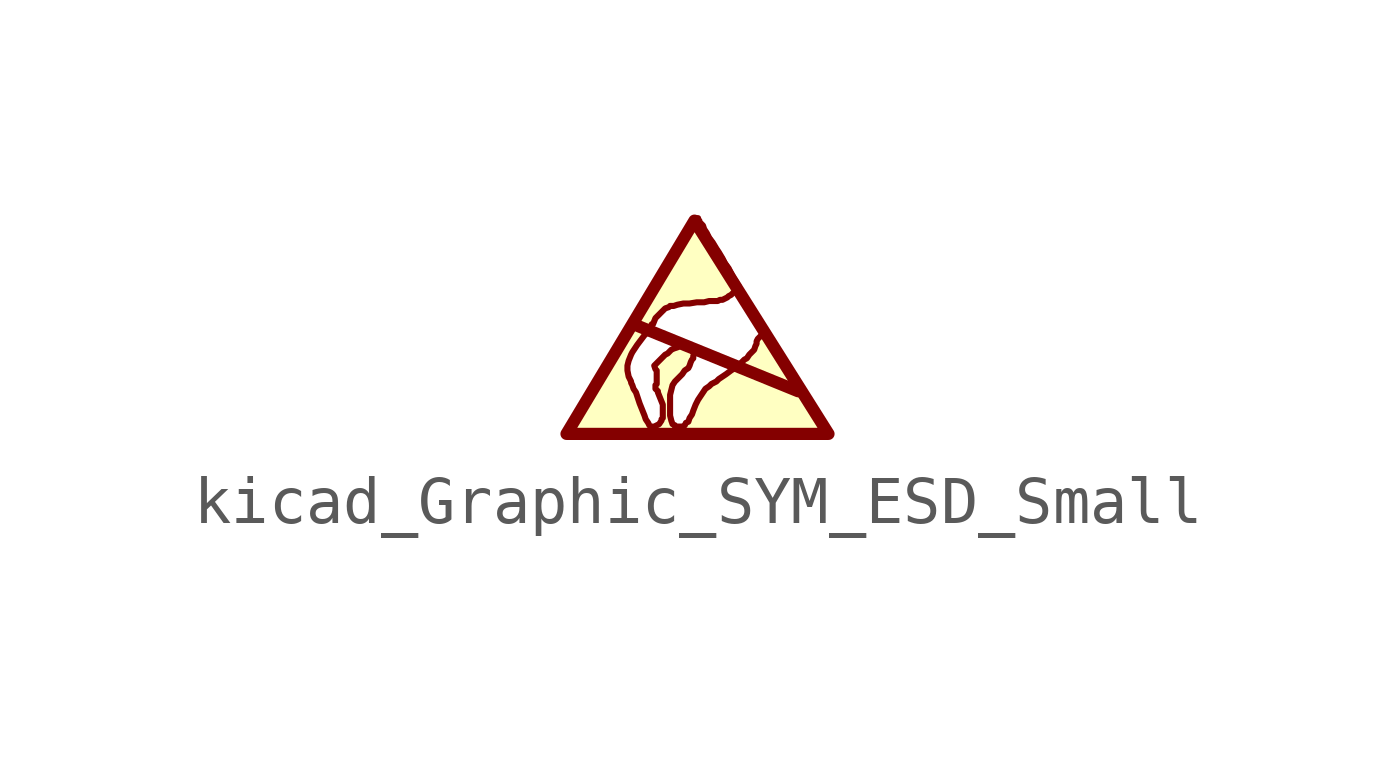
<source format=kicad_sym>
(kicad_symbol_lib
  (version 20220914)
  (generator kicad_symbol_editor)
  (symbol "kicad_Graphic_SYM_ESD_Small"
    (property "Reference" "#SYM"
      (at 0 3.556 0)
      (effects (font (size 1.27 1.27)) hide))
    (symbol "kicad_Graphic_SYM_ESD_Small_0_0"
      (polyline (pts (xy -1.27 0.381) (xy 2.159 -1.016)) (stroke (width 0.254) (type default)) (fill (type none)))
      (polyline (pts (xy -2.667 -1.905) (xy 2.794 -1.905) (xy 0 2.54) (xy -2.667 -1.905)) (stroke (width 0.254) (type default)) (fill (type none)))
      (polyline (pts (xy 2.743 -1.905) (xy 2.718 -1.88) (xy 2.616 -1.676) (xy 2.565 -1.6) (xy 2.489 -1.499) (xy 2.438 -1.372) (xy 1.753 -0.229) (xy 1.702 -0.127) (xy 1.626 -0.051) (xy 1.6 0.051) (xy 1.549 0.102) (xy 1.499 0.203) (xy 1.473 0.229) (xy 1.473 0.203) (xy 1.448 0.203) (xy 1.321 0.076) (xy 1.295 0.025) (xy 1.295 -0.025) (xy 1.27 -0.076) (xy 1.245 -0.152) (xy 1.143 -0.254) (xy 1.092 -0.33) (xy 1.041 -0.356) (xy 0.914 -0.483) (xy 0.762 -0.584) (xy 0.66 -0.66) (xy 0.508 -0.762) (xy 0.457 -0.813) (xy 0.356 -0.864) (xy 0.305 -0.914) (xy 0.229 -0.965) (xy 0.076 -1.194) (xy 0.025 -1.295) (xy -0.025 -1.422) (xy -0.051 -1.499) (xy -0.102 -1.575) (xy -0.127 -1.651) (xy -0.178 -1.676) (xy -0.203 -1.727) (xy -0.254 -1.753) (xy -0.406 -1.753) (xy -0.406 -1.727) (xy -0.457 -1.702) (xy -0.483 -1.626) (xy -0.508 -1.524) (xy -0.508 -1.092) (xy -0.457 -0.889) (xy -0.406 -0.813) (xy -0.254 -0.66) (xy -0.203 -0.584) (xy -0.127 -0.533) (xy -0.102 -0.483) (xy -0.076 -0.406) (xy -0.051 -0.356) (xy -0.025 -0.33) (xy -0.025 -0.279) (xy 0 -0.229) (xy -0.076 -0.152) (xy -0.127 -0.127) (xy -0.152 -0.076) (xy -0.203 -0.051) (xy -0.229 -0.025) (xy -0.254 -0.025) (xy -0.305 -0.076) (xy -0.356 -0.102) (xy -0.432 -0.127) (xy -0.483 -0.152) (xy -0.559 -0.229) (xy -0.61 -0.254) (xy -0.838 -0.483) (xy -0.813 -0.559) (xy -0.787 -0.584) (xy -0.787 -0.864) (xy -0.813 -0.889) (xy -0.813 -0.965) (xy -0.762 -1.016) (xy -0.762 -1.041) (xy -0.66 -1.295) (xy -0.66 -1.575) (xy -0.686 -1.6) (xy -0.686 -1.626) (xy -0.737 -1.702) (xy -0.838 -1.753) (xy -0.914 -1.753) (xy -0.94 -1.727) (xy -0.965 -1.676) (xy -1.016 -1.6) (xy -1.041 -1.524) (xy -1.143 -1.27) (xy -1.219 -1.041) (xy -1.27 -0.965) (xy -1.295 -0.889) (xy -1.321 -0.838) (xy -1.321 -0.813) (xy -1.372 -0.711) (xy -1.397 -0.584) (xy -1.397 -0.483) (xy -1.372 -0.381) (xy -1.321 -0.254) (xy -1.295 -0.203) (xy -1.194 -0.051) (xy -1.041 0.152) (xy -0.991 0.203) (xy -0.965 0.254) (xy -0.914 0.33) (xy -0.889 0.381) (xy -0.864 0.381) (xy -0.813 0.508) (xy -0.61 0.711) (xy -0.533 0.737) (xy -0.508 0.762) (xy -0.432 0.762) (xy -0.356 0.787) (xy -0.229 0.813) (xy -0.102 0.813) (xy 0.051 0.838) (xy 0.203 0.838) (xy 0.305 0.864) (xy 0.483 0.864) (xy 0.533 0.889) (xy 0.584 0.889) (xy 0.686 0.94) (xy 0.711 0.965) (xy 0.762 0.991) (xy 0.813 1.041) (xy 0.864 1.067) (xy 0.889 1.118) (xy 0.914 1.143) (xy 0.914 1.194) (xy 0.889 1.219) (xy 0.864 1.27) (xy 0.813 1.346) (xy 0.711 1.549) (xy 0.635 1.651) (xy 0.584 1.753) (xy 0.508 1.88) (xy 0.457 1.956) (xy 0.381 2.083) (xy 0.305 2.184) (xy 0.254 2.286) (xy 0.203 2.362) (xy 0.178 2.438) (xy 0.102 2.515) (xy 0.102 2.54) (xy 0.076 2.565) (xy 0.076 2.591) (xy 0.025 2.591) (xy 0.025 2.565) (xy -0.025 2.515) (xy -0.102 2.362) (xy -0.254 2.134) (xy -0.305 2.032) (xy -0.457 1.778) (xy -0.559 1.626) (xy -0.762 1.27) (xy -0.889 1.067) (xy -1.016 0.838) (xy -1.168 0.61) (xy -1.321 0.33) (xy -1.397 0.203) (xy -1.524 -0.025) (xy -1.778 -0.432) (xy -1.88 -0.635) (xy -2.007 -0.813) (xy -2.108 -0.991) (xy -2.21 -1.143) (xy -2.286 -1.295) (xy -2.438 -1.549) (xy -2.489 -1.651) (xy -2.565 -1.753) (xy -2.591 -1.829) (xy -2.616 -1.88) (xy -2.642 -1.905) (xy -2.642 -1.93) (xy 2.743 -1.93) (xy 2.743 -1.905)) (stroke (width 0.127) (type default)) (fill (type background))))))
</source>
